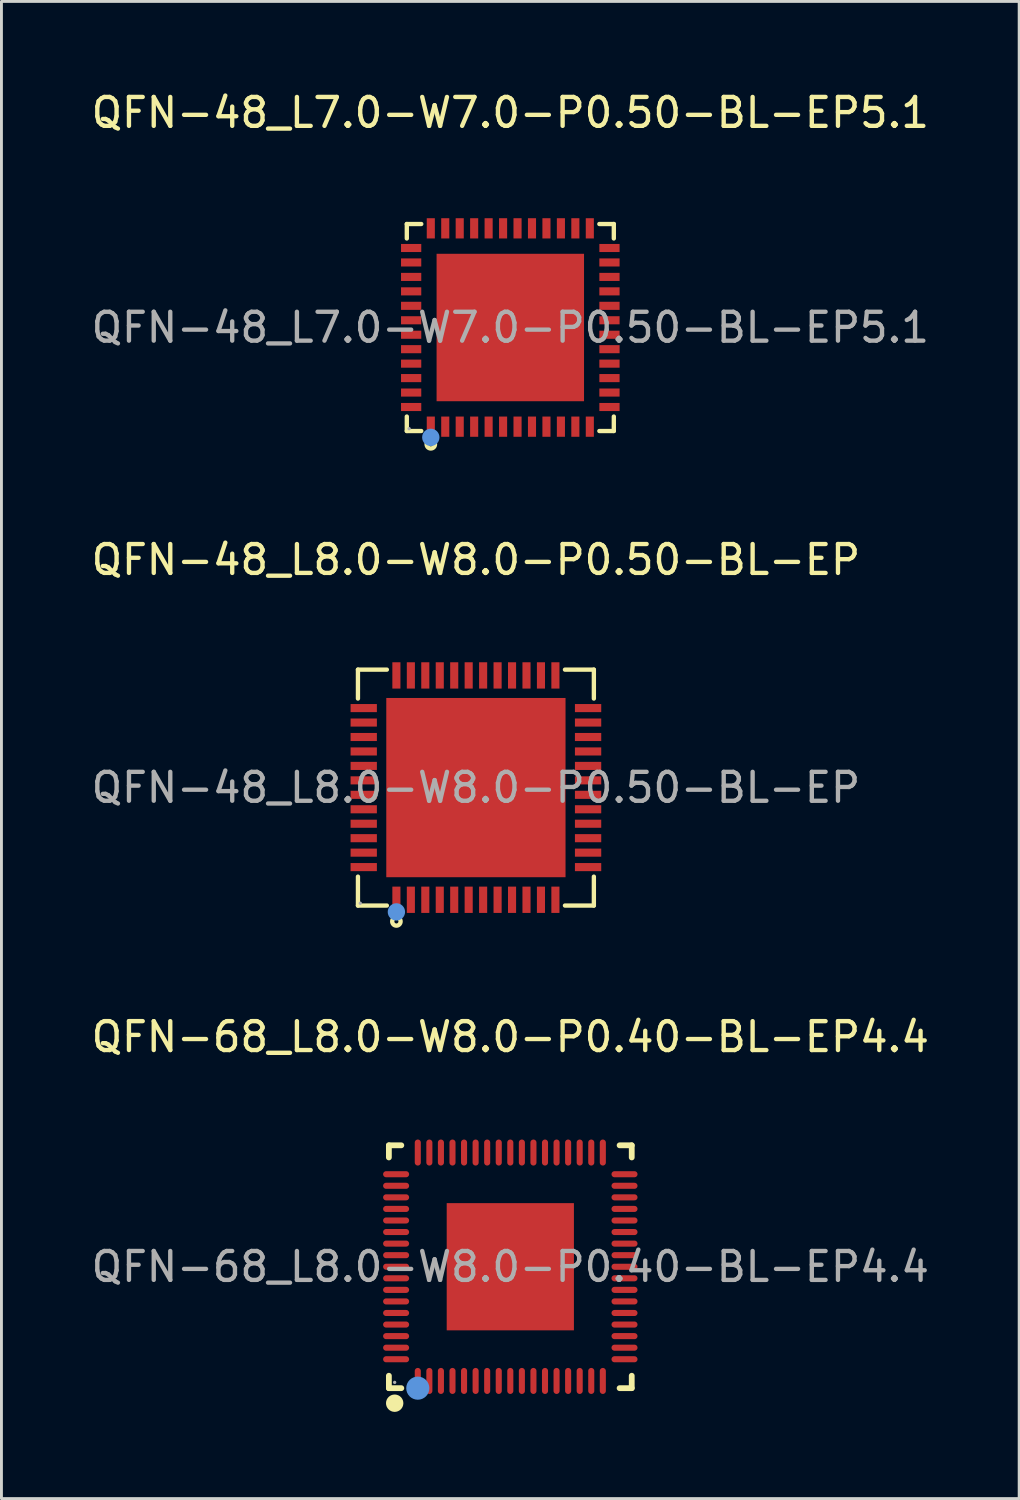
<source format=kicad_pcb>
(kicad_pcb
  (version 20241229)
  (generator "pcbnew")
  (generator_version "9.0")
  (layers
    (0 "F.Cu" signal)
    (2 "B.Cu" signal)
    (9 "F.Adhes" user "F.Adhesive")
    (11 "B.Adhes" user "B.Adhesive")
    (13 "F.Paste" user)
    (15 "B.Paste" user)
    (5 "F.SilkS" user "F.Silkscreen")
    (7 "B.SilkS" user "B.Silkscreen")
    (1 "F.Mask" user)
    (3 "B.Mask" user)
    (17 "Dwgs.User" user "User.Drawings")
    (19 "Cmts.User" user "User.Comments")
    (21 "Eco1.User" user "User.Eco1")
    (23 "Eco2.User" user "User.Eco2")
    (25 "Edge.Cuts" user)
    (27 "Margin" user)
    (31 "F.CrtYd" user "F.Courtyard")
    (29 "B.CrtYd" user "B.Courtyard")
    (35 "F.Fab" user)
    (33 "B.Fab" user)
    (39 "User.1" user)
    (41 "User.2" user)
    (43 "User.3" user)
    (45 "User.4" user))
  (footprint "QFN-48_L7.0-W7.0-P0.50-BL-EP5.1"
    (layer "F.Cu")
    (at 14.601 8.278)
    (property "Reference" "QFN-48_L7.0-W7.0-P0.50-BL-EP5.1" (at 0 -7.43 0) (layer "F.SilkS") (effects (font (size 1 1) (thickness 0.15))))
    (attr through_hole)
    (fp_line (start -3.58 -3.58) (end -3.08 -3.58) (stroke (width 0.15) (type solid)) (layer "F.SilkS"))
    (fp_line (start -3.58 -3.08) (end -3.58 -3.58) (stroke (width 0.15) (type solid)) (layer "F.SilkS"))
    (fp_line (start -3.58 3.08) (end -3.58 3.58) (stroke (width 0.15) (type solid)) (layer "F.SilkS"))
    (fp_line (start -3.58 3.58) (end -3.08 3.58) (stroke (width 0.15) (type solid)) (layer "F.SilkS"))
    (fp_line (start 3.58 -3.58) (end 3.08 -3.58) (stroke (width 0.15) (type solid)) (layer "F.SilkS"))
    (fp_line (start 3.58 -3.08) (end 3.58 -3.58) (stroke (width 0.15) (type solid)) (layer "F.SilkS"))
    (fp_line (start 3.58 3.08) (end 3.58 3.58) (stroke (width 0.15) (type solid)) (layer "F.SilkS"))
    (fp_line (start 3.58 3.58) (end 3.08 3.58) (stroke (width 0.15) (type solid)) (layer "F.SilkS"))
    (fp_circle (center -2.75 4.04) (end -2.68 4.04) (stroke (width 0.15) (type solid)) (fill no) (layer "F.SilkS"))
    (fp_circle (center -2.75 3.8) (end -2.6 3.8) (stroke (width 0.3) (type solid)) (fill no) (layer "Cmts.User"))
    (fp_circle (center -3.5 3.5) (end -3.47 3.5) (stroke (width 0.06) (type solid)) (fill no) (layer "F.Fab"))
    (fp_text user "${REFERENCE}" (at 0 0 0) (layer "F.Fab") (effects (font (size 1 1) (thickness 0.15))))
    (pad "1" smd rect (at -2.75 3.43) (size 0.28 0.7) (layers "F.Cu" "F.Mask" "F.Paste"))
    (pad "2" smd rect (at -2.25 3.43) (size 0.28 0.7) (layers "F.Cu" "F.Mask" "F.Paste"))
    (pad "3" smd rect (at -1.75 3.43) (size 0.28 0.7) (layers "F.Cu" "F.Mask" "F.Paste"))
    (pad "4" smd rect (at -1.25 3.43) (size 0.28 0.7) (layers "F.Cu" "F.Mask" "F.Paste"))
    (pad "5" smd rect (at -0.75 3.43) (size 0.28 0.7) (layers "F.Cu" "F.Mask" "F.Paste"))
    (pad "6" smd rect (at -0.25 3.43) (size 0.28 0.7) (layers "F.Cu" "F.Mask" "F.Paste"))
    (pad "7" smd rect (at 0.25 3.43) (size 0.28 0.7) (layers "F.Cu" "F.Mask" "F.Paste"))
    (pad "8" smd rect (at 0.75 3.43) (size 0.28 0.7) (layers "F.Cu" "F.Mask" "F.Paste"))
    (pad "9" smd rect (at 1.25 3.43) (size 0.28 0.7) (layers "F.Cu" "F.Mask" "F.Paste"))
    (pad "10" smd rect (at 1.75 3.43) (size 0.28 0.7) (layers "F.Cu" "F.Mask" "F.Paste"))
    (pad "11" smd rect (at 2.25 3.43) (size 0.28 0.7) (layers "F.Cu" "F.Mask" "F.Paste"))
    (pad "12" smd rect (at 2.75 3.43) (size 0.28 0.7) (layers "F.Cu" "F.Mask" "F.Paste"))
    (pad "13" smd rect (at 3.43 2.75) (size 0.7 0.28) (layers "F.Cu" "F.Mask" "F.Paste"))
    (pad "14" smd rect (at 3.43 2.25) (size 0.7 0.28) (layers "F.Cu" "F.Mask" "F.Paste"))
    (pad "15" smd rect (at 3.43 1.75) (size 0.7 0.28) (layers "F.Cu" "F.Mask" "F.Paste"))
    (pad "16" smd rect (at 3.43 1.25) (size 0.7 0.28) (layers "F.Cu" "F.Mask" "F.Paste"))
    (pad "17" smd rect (at 3.43 0.75) (size 0.7 0.28) (layers "F.Cu" "F.Mask" "F.Paste"))
    (pad "18" smd rect (at 3.43 0.25) (size 0.7 0.28) (layers "F.Cu" "F.Mask" "F.Paste"))
    (pad "19" smd rect (at 3.43 -0.25) (size 0.7 0.28) (layers "F.Cu" "F.Mask" "F.Paste"))
    (pad "20" smd rect (at 3.43 -0.75) (size 0.7 0.28) (layers "F.Cu" "F.Mask" "F.Paste"))
    (pad "21" smd rect (at 3.43 -1.25) (size 0.7 0.28) (layers "F.Cu" "F.Mask" "F.Paste"))
    (pad "22" smd rect (at 3.43 -1.75) (size 0.7 0.28) (layers "F.Cu" "F.Mask" "F.Paste"))
    (pad "23" smd rect (at 3.43 -2.25) (size 0.7 0.28) (layers "F.Cu" "F.Mask" "F.Paste"))
    (pad "24" smd rect (at 3.43 -2.75) (size 0.7 0.28) (layers "F.Cu" "F.Mask" "F.Paste"))
    (pad "25" smd rect (at 2.75 -3.43) (size 0.28 0.7) (layers "F.Cu" "F.Mask" "F.Paste"))
    (pad "26" smd rect (at 2.25 -3.43) (size 0.28 0.7) (layers "F.Cu" "F.Mask" "F.Paste"))
    (pad "27" smd rect (at 1.75 -3.43) (size 0.28 0.7) (layers "F.Cu" "F.Mask" "F.Paste"))
    (pad "28" smd rect (at 1.25 -3.43) (size 0.28 0.7) (layers "F.Cu" "F.Mask" "F.Paste"))
    (pad "29" smd rect (at 0.75 -3.43) (size 0.28 0.7) (layers "F.Cu" "F.Mask" "F.Paste"))
    (pad "30" smd rect (at 0.25 -3.43) (size 0.28 0.7) (layers "F.Cu" "F.Mask" "F.Paste"))
    (pad "31" smd rect (at -0.25 -3.43) (size 0.28 0.7) (layers "F.Cu" "F.Mask" "F.Paste"))
    (pad "32" smd rect (at -0.75 -3.43) (size 0.28 0.7) (layers "F.Cu" "F.Mask" "F.Paste"))
    (pad "33" smd rect (at -1.25 -3.43) (size 0.28 0.7) (layers "F.Cu" "F.Mask" "F.Paste"))
    (pad "34" smd rect (at -1.75 -3.43) (size 0.28 0.7) (layers "F.Cu" "F.Mask" "F.Paste"))
    (pad "35" smd rect (at -2.25 -3.43) (size 0.28 0.7) (layers "F.Cu" "F.Mask" "F.Paste"))
    (pad "36" smd rect (at -2.75 -3.43) (size 0.28 0.7) (layers "F.Cu" "F.Mask" "F.Paste"))
    (pad "37" smd rect (at -3.43 -2.75) (size 0.7 0.28) (layers "F.Cu" "F.Mask" "F.Paste"))
    (pad "38" smd rect (at -3.43 -2.25) (size 0.7 0.28) (layers "F.Cu" "F.Mask" "F.Paste"))
    (pad "39" smd rect (at -3.43 -1.75) (size 0.7 0.28) (layers "F.Cu" "F.Mask" "F.Paste"))
    (pad "40" smd rect (at -3.43 -1.25) (size 0.7 0.28) (layers "F.Cu" "F.Mask" "F.Paste"))
    (pad "41" smd rect (at -3.43 -0.75) (size 0.7 0.28) (layers "F.Cu" "F.Mask" "F.Paste"))
    (pad "42" smd rect (at -3.43 -0.25) (size 0.7 0.28) (layers "F.Cu" "F.Mask" "F.Paste"))
    (pad "43" smd rect (at -3.43 0.25) (size 0.7 0.28) (layers "F.Cu" "F.Mask" "F.Paste"))
    (pad "44" smd rect (at -3.43 0.75) (size 0.7 0.28) (layers "F.Cu" "F.Mask" "F.Paste"))
    (pad "45" smd rect (at -3.43 1.25) (size 0.7 0.28) (layers "F.Cu" "F.Mask" "F.Paste"))
    (pad "46" smd rect (at -3.43 1.75) (size 0.7 0.28) (layers "F.Cu" "F.Mask" "F.Paste"))
    (pad "47" smd rect (at -3.43 2.25) (size 0.7 0.28) (layers "F.Cu" "F.Mask" "F.Paste"))
    (pad "48" smd rect (at -3.43 2.75) (size 0.7 0.28) (layers "F.Cu" "F.Mask" "F.Paste"))
    (pad "49" smd rect (at 0 0) (size 5.1 5.1) (layers "F.Cu" "F.Mask" "F.Paste")))
  (footprint "QFN-68_L8.0-W8.0-P0.40-BL-EP4.4"
    (layer "F.Cu")
    (at 14.601 40.765)
    (property "Reference" "QFN-68_L8.0-W8.0-P0.40-BL-EP4.4" (at 0 -7.95 0) (layer "F.SilkS") (effects (font (size 1 1) (thickness 0.15))))
    (attr through_hole)
    (fp_line (start -4.2 -4.2) (end -4.2 -3.78) (stroke (width 0.2) (type solid)) (layer "F.SilkS"))
    (fp_line (start -4.2 4.2) (end -4.2 3.77) (stroke (width 0.2) (type solid)) (layer "F.SilkS"))
    (fp_line (start -3.77 -4.2) (end -4.2 -4.2) (stroke (width 0.2) (type solid)) (layer "F.SilkS"))
    (fp_line (start -3.77 4.2) (end -4.2 4.2) (stroke (width 0.2) (type solid)) (layer "F.SilkS"))
    (fp_line (start 3.78 4.2) (end 4.2 4.2) (stroke (width 0.2) (type solid)) (layer "F.SilkS"))
    (fp_line (start 4.2 -4.2) (end 3.78 -4.2) (stroke (width 0.2) (type solid)) (layer "F.SilkS"))
    (fp_line (start 4.2 -3.78) (end 4.2 -4.2) (stroke (width 0.2) (type solid)) (layer "F.SilkS"))
    (fp_line (start 4.2 4.2) (end 4.2 3.77) (stroke (width 0.2) (type solid)) (layer "F.SilkS"))
    (fp_arc (start -3.99 4.57) (mid -4.004995 4.87025) (end -4.000016 4.569667) (stroke (width 0.3) (type solid)) (layer "F.SilkS"))
    (fp_circle (center -3.2 4.2) (end -3 4.2) (stroke (width 0.4) (type solid)) (fill no) (layer "Cmts.User"))
    (fp_circle (center -4 4) (end -3.97 4) (stroke (width 0.06) (type solid)) (fill no) (layer "F.Fab"))
    (fp_text user "${REFERENCE}" (at 0 0 0) (layer "F.Fab") (effects (font (size 1 1) (thickness 0.15))))
    (pad "1" smd oval (at -3.2 3.95) (size 0.21 0.9) (layers "F.Cu" "F.Mask" "F.Paste"))
    (pad "2" smd oval (at -2.8 3.95) (size 0.21 0.9) (layers "F.Cu" "F.Mask" "F.Paste"))
    (pad "3" smd oval (at -2.4 3.95) (size 0.21 0.9) (layers "F.Cu" "F.Mask" "F.Paste"))
    (pad "4" smd oval (at -2 3.95) (size 0.21 0.9) (layers "F.Cu" "F.Mask" "F.Paste"))
    (pad "5" smd oval (at -1.6 3.95) (size 0.21 0.9) (layers "F.Cu" "F.Mask" "F.Paste"))
    (pad "6" smd oval (at -1.2 3.95) (size 0.21 0.9) (layers "F.Cu" "F.Mask" "F.Paste"))
    (pad "7" smd oval (at -0.8 3.95) (size 0.21 0.9) (layers "F.Cu" "F.Mask" "F.Paste"))
    (pad "8" smd oval (at -0.4 3.95) (size 0.21 0.9) (layers "F.Cu" "F.Mask" "F.Paste"))
    (pad "9" smd oval (at 0 3.95) (size 0.21 0.9) (layers "F.Cu" "F.Mask" "F.Paste"))
    (pad "10" smd oval (at 0.4 3.95) (size 0.21 0.9) (layers "F.Cu" "F.Mask" "F.Paste"))
    (pad "11" smd oval (at 0.8 3.95) (size 0.21 0.9) (layers "F.Cu" "F.Mask" "F.Paste"))
    (pad "12" smd oval (at 1.2 3.95) (size 0.21 0.9) (layers "F.Cu" "F.Mask" "F.Paste"))
    (pad "13" smd oval (at 1.6 3.95) (size 0.21 0.9) (layers "F.Cu" "F.Mask" "F.Paste"))
    (pad "14" smd oval (at 2 3.95) (size 0.21 0.9) (layers "F.Cu" "F.Mask" "F.Paste"))
    (pad "15" smd oval (at 2.4 3.95) (size 0.21 0.9) (layers "F.Cu" "F.Mask" "F.Paste"))
    (pad "16" smd oval (at 2.8 3.95) (size 0.21 0.9) (layers "F.Cu" "F.Mask" "F.Paste"))
    (pad "17" smd oval (at 3.2 3.95) (size 0.21 0.9) (layers "F.Cu" "F.Mask" "F.Paste"))
    (pad "18" smd oval (at 3.95 3.2 90) (size 0.21 0.9) (layers "F.Cu" "F.Mask" "F.Paste"))
    (pad "19" smd oval (at 3.95 2.8 90) (size 0.21 0.9) (layers "F.Cu" "F.Mask" "F.Paste"))
    (pad "20" smd oval (at 3.95 2.4 90) (size 0.21 0.9) (layers "F.Cu" "F.Mask" "F.Paste"))
    (pad "21" smd oval (at 3.95 2 90) (size 0.21 0.9) (layers "F.Cu" "F.Mask" "F.Paste"))
    (pad "22" smd oval (at 3.95 1.6 90) (size 0.21 0.9) (layers "F.Cu" "F.Mask" "F.Paste"))
    (pad "23" smd oval (at 3.95 1.2 90) (size 0.21 0.9) (layers "F.Cu" "F.Mask" "F.Paste"))
    (pad "24" smd oval (at 3.95 0.8 90) (size 0.21 0.9) (layers "F.Cu" "F.Mask" "F.Paste"))
    (pad "25" smd oval (at 3.95 0.4 90) (size 0.21 0.9) (layers "F.Cu" "F.Mask" "F.Paste"))
    (pad "26" smd oval (at 3.95 0 90) (size 0.21 0.9) (layers "F.Cu" "F.Mask" "F.Paste"))
    (pad "27" smd oval (at 3.95 -0.4 90) (size 0.21 0.9) (layers "F.Cu" "F.Mask" "F.Paste"))
    (pad "28" smd oval (at 3.95 -0.8 90) (size 0.21 0.9) (layers "F.Cu" "F.Mask" "F.Paste"))
    (pad "29" smd oval (at 3.95 -1.2 90) (size 0.21 0.9) (layers "F.Cu" "F.Mask" "F.Paste"))
    (pad "30" smd oval (at 3.95 -1.6 90) (size 0.21 0.9) (layers "F.Cu" "F.Mask" "F.Paste"))
    (pad "31" smd oval (at 3.95 -2 90) (size 0.21 0.9) (layers "F.Cu" "F.Mask" "F.Paste"))
    (pad "32" smd oval (at 3.95 -2.4 90) (size 0.21 0.9) (layers "F.Cu" "F.Mask" "F.Paste"))
    (pad "33" smd oval (at 3.95 -2.8 90) (size 0.21 0.9) (layers "F.Cu" "F.Mask" "F.Paste"))
    (pad "34" smd oval (at 3.95 -3.2 90) (size 0.21 0.9) (layers "F.Cu" "F.Mask" "F.Paste"))
    (pad "35" smd oval (at 3.2 -3.95 180) (size 0.21 0.9) (layers "F.Cu" "F.Mask" "F.Paste"))
    (pad "36" smd oval (at 2.8 -3.95 180) (size 0.21 0.9) (layers "F.Cu" "F.Mask" "F.Paste"))
    (pad "37" smd oval (at 2.4 -3.95 180) (size 0.21 0.9) (layers "F.Cu" "F.Mask" "F.Paste"))
    (pad "38" smd oval (at 2 -3.95 180) (size 0.21 0.9) (layers "F.Cu" "F.Mask" "F.Paste"))
    (pad "39" smd oval (at 1.6 -3.95 180) (size 0.21 0.9) (layers "F.Cu" "F.Mask" "F.Paste"))
    (pad "40" smd oval (at 1.2 -3.95 180) (size 0.21 0.9) (layers "F.Cu" "F.Mask" "F.Paste"))
    (pad "41" smd oval (at 0.8 -3.95 180) (size 0.21 0.9) (layers "F.Cu" "F.Mask" "F.Paste"))
    (pad "42" smd oval (at 0.4 -3.95 180) (size 0.21 0.9) (layers "F.Cu" "F.Mask" "F.Paste"))
    (pad "43" smd oval (at 0 -3.95 180) (size 0.21 0.9) (layers "F.Cu" "F.Mask" "F.Paste"))
    (pad "44" smd oval (at -0.4 -3.95 180) (size 0.21 0.9) (layers "F.Cu" "F.Mask" "F.Paste"))
    (pad "45" smd oval (at -0.8 -3.95 180) (size 0.21 0.9) (layers "F.Cu" "F.Mask" "F.Paste"))
    (pad "46" smd oval (at -1.2 -3.95 180) (size 0.21 0.9) (layers "F.Cu" "F.Mask" "F.Paste"))
    (pad "47" smd oval (at -1.6 -3.95 180) (size 0.21 0.9) (layers "F.Cu" "F.Mask" "F.Paste"))
    (pad "48" smd oval (at -2 -3.95 180) (size 0.21 0.9) (layers "F.Cu" "F.Mask" "F.Paste"))
    (pad "49" smd oval (at -2.4 -3.95 180) (size 0.21 0.9) (layers "F.Cu" "F.Mask" "F.Paste"))
    (pad "50" smd oval (at -2.8 -3.95 180) (size 0.21 0.9) (layers "F.Cu" "F.Mask" "F.Paste"))
    (pad "51" smd oval (at -3.2 -3.95 180) (size 0.21 0.9) (layers "F.Cu" "F.Mask" "F.Paste"))
    (pad "52" smd oval (at -3.95 -3.2 270) (size 0.21 0.9) (layers "F.Cu" "F.Mask" "F.Paste"))
    (pad "53" smd oval (at -3.95 -2.8 270) (size 0.21 0.9) (layers "F.Cu" "F.Mask" "F.Paste"))
    (pad "54" smd oval (at -3.95 -2.4 270) (size 0.21 0.9) (layers "F.Cu" "F.Mask" "F.Paste"))
    (pad "55" smd oval (at -3.95 -2 270) (size 0.21 0.9) (layers "F.Cu" "F.Mask" "F.Paste"))
    (pad "56" smd oval (at -3.95 -1.6 270) (size 0.21 0.9) (layers "F.Cu" "F.Mask" "F.Paste"))
    (pad "57" smd oval (at -3.95 -1.2 270) (size 0.21 0.9) (layers "F.Cu" "F.Mask" "F.Paste"))
    (pad "58" smd oval (at -3.95 -0.8 270) (size 0.21 0.9) (layers "F.Cu" "F.Mask" "F.Paste"))
    (pad "59" smd oval (at -3.95 -0.4 270) (size 0.21 0.9) (layers "F.Cu" "F.Mask" "F.Paste"))
    (pad "60" smd oval (at -3.95 0 270) (size 0.21 0.9) (layers "F.Cu" "F.Mask" "F.Paste"))
    (pad "61" smd oval (at -3.95 0.4 270) (size 0.21 0.9) (layers "F.Cu" "F.Mask" "F.Paste"))
    (pad "62" smd oval (at -3.95 0.8 270) (size 0.21 0.9) (layers "F.Cu" "F.Mask" "F.Paste"))
    (pad "63" smd oval (at -3.95 1.2 270) (size 0.21 0.9) (layers "F.Cu" "F.Mask" "F.Paste"))
    (pad "64" smd oval (at -3.95 1.6 270) (size 0.21 0.9) (layers "F.Cu" "F.Mask" "F.Paste"))
    (pad "65" smd oval (at -3.95 2 270) (size 0.21 0.9) (layers "F.Cu" "F.Mask" "F.Paste"))
    (pad "66" smd oval (at -3.95 2.4 270) (size 0.21 0.9) (layers "F.Cu" "F.Mask" "F.Paste"))
    (pad "67" smd oval (at -3.95 2.8 270) (size 0.21 0.9) (layers "F.Cu" "F.Mask" "F.Paste"))
    (pad "68" smd oval (at -3.95 3.2 270) (size 0.21 0.9) (layers "F.Cu" "F.Mask" "F.Paste"))
    (pad "69" smd rect (at 0 0 90) (size 4.4 4.4) (layers "F.Cu" "F.Mask" "F.Paste")))
  (footprint "QFN-48_L8.0-W8.0-P0.50-BL-EP"
    (layer "F.Cu")
    (at 13.411 24.192)
    (property "Reference" "QFN-48_L8.0-W8.0-P0.50-BL-EP" (at 0 -7.88 0) (layer "F.SilkS") (effects (font (size 1 1) (thickness 0.15))))
    (attr through_hole)
    (fp_line (start -4.08 -4.08) (end -3.08 -4.08) (stroke (width 0.15) (type solid)) (layer "F.SilkS"))
    (fp_line (start -4.08 -3.08) (end -4.08 -4.08) (stroke (width 0.15) (type solid)) (layer "F.SilkS"))
    (fp_line (start -4.08 3.08) (end -4.08 4.08) (stroke (width 0.15) (type solid)) (layer "F.SilkS"))
    (fp_line (start -4.08 4.08) (end -3.08 4.08) (stroke (width 0.15) (type solid)) (layer "F.SilkS"))
    (fp_line (start 4.08 -4.08) (end 3.08 -4.08) (stroke (width 0.15) (type solid)) (layer "F.SilkS"))
    (fp_line (start 4.08 -3.08) (end 4.08 -4.08) (stroke (width 0.15) (type solid)) (layer "F.SilkS"))
    (fp_line (start 4.08 3.08) (end 4.08 4.08) (stroke (width 0.15) (type solid)) (layer "F.SilkS"))
    (fp_line (start 4.08 4.08) (end 3.08 4.08) (stroke (width 0.15) (type solid)) (layer "F.SilkS"))
    (fp_circle (center -2.75 4.63) (end -2.68 4.63) (stroke (width 0.15) (type solid)) (fill no) (layer "F.SilkS"))
    (fp_circle (center -2.75 4.3) (end -2.6 4.3) (stroke (width 0.3) (type solid)) (fill no) (layer "Cmts.User"))
    (fp_circle (center -4 4) (end -3.97 4) (stroke (width 0.06) (type solid)) (fill no) (layer "F.Fab"))
    (fp_text user "${REFERENCE}" (at 0 0 0) (layer "F.Fab") (effects (font (size 1 1) (thickness 0.15))))
    (pad "1" smd rect (at -2.75 3.88) (size 0.28 0.91) (layers "F.Cu" "F.Mask" "F.Paste"))
    (pad "2" smd rect (at -2.25 3.88) (size 0.28 0.91) (layers "F.Cu" "F.Mask" "F.Paste"))
    (pad "3" smd rect (at -1.75 3.88) (size 0.28 0.91) (layers "F.Cu" "F.Mask" "F.Paste"))
    (pad "4" smd rect (at -1.25 3.88) (size 0.28 0.91) (layers "F.Cu" "F.Mask" "F.Paste"))
    (pad "5" smd rect (at -0.75 3.88) (size 0.28 0.91) (layers "F.Cu" "F.Mask" "F.Paste"))
    (pad "6" smd rect (at -0.25 3.88) (size 0.28 0.91) (layers "F.Cu" "F.Mask" "F.Paste"))
    (pad "7" smd rect (at 0.25 3.88) (size 0.28 0.91) (layers "F.Cu" "F.Mask" "F.Paste"))
    (pad "8" smd rect (at 0.75 3.88) (size 0.28 0.91) (layers "F.Cu" "F.Mask" "F.Paste"))
    (pad "9" smd rect (at 1.25 3.88) (size 0.28 0.91) (layers "F.Cu" "F.Mask" "F.Paste"))
    (pad "10" smd rect (at 1.75 3.88) (size 0.28 0.91) (layers "F.Cu" "F.Mask" "F.Paste"))
    (pad "11" smd rect (at 2.25 3.88) (size 0.28 0.91) (layers "F.Cu" "F.Mask" "F.Paste"))
    (pad "12" smd rect (at 2.75 3.88) (size 0.28 0.91) (layers "F.Cu" "F.Mask" "F.Paste"))
    (pad "13" smd rect (at 3.88 2.75) (size 0.91 0.28) (layers "F.Cu" "F.Mask" "F.Paste"))
    (pad "14" smd rect (at 3.88 2.25) (size 0.91 0.28) (layers "F.Cu" "F.Mask" "F.Paste"))
    (pad "15" smd rect (at 3.88 1.75) (size 0.91 0.28) (layers "F.Cu" "F.Mask" "F.Paste"))
    (pad "16" smd rect (at 3.88 1.25) (size 0.91 0.28) (layers "F.Cu" "F.Mask" "F.Paste"))
    (pad "17" smd rect (at 3.88 0.75) (size 0.91 0.28) (layers "F.Cu" "F.Mask" "F.Paste"))
    (pad "18" smd rect (at 3.88 0.25) (size 0.91 0.28) (layers "F.Cu" "F.Mask" "F.Paste"))
    (pad "19" smd rect (at 3.88 -0.25) (size 0.91 0.28) (layers "F.Cu" "F.Mask" "F.Paste"))
    (pad "20" smd rect (at 3.88 -0.75) (size 0.91 0.28) (layers "F.Cu" "F.Mask" "F.Paste"))
    (pad "21" smd rect (at 3.88 -1.25) (size 0.91 0.28) (layers "F.Cu" "F.Mask" "F.Paste"))
    (pad "22" smd rect (at 3.88 -1.75) (size 0.91 0.28) (layers "F.Cu" "F.Mask" "F.Paste"))
    (pad "23" smd rect (at 3.88 -2.25) (size 0.91 0.28) (layers "F.Cu" "F.Mask" "F.Paste"))
    (pad "24" smd rect (at 3.88 -2.75) (size 0.91 0.28) (layers "F.Cu" "F.Mask" "F.Paste"))
    (pad "25" smd rect (at 2.75 -3.88) (size 0.28 0.91) (layers "F.Cu" "F.Mask" "F.Paste"))
    (pad "26" smd rect (at 2.25 -3.88) (size 0.28 0.91) (layers "F.Cu" "F.Mask" "F.Paste"))
    (pad "27" smd rect (at 1.75 -3.88) (size 0.28 0.91) (layers "F.Cu" "F.Mask" "F.Paste"))
    (pad "28" smd rect (at 1.25 -3.88) (size 0.28 0.91) (layers "F.Cu" "F.Mask" "F.Paste"))
    (pad "29" smd rect (at 0.75 -3.88) (size 0.28 0.91) (layers "F.Cu" "F.Mask" "F.Paste"))
    (pad "30" smd rect (at 0.25 -3.88) (size 0.28 0.91) (layers "F.Cu" "F.Mask" "F.Paste"))
    (pad "31" smd rect (at -0.25 -3.88) (size 0.28 0.91) (layers "F.Cu" "F.Mask" "F.Paste"))
    (pad "32" smd rect (at -0.75 -3.88) (size 0.28 0.91) (layers "F.Cu" "F.Mask" "F.Paste"))
    (pad "33" smd rect (at -1.25 -3.88) (size 0.28 0.91) (layers "F.Cu" "F.Mask" "F.Paste"))
    (pad "34" smd rect (at -1.75 -3.88) (size 0.28 0.91) (layers "F.Cu" "F.Mask" "F.Paste"))
    (pad "35" smd rect (at -2.25 -3.88) (size 0.28 0.91) (layers "F.Cu" "F.Mask" "F.Paste"))
    (pad "36" smd rect (at -2.75 -3.88) (size 0.28 0.91) (layers "F.Cu" "F.Mask" "F.Paste"))
    (pad "37" smd rect (at -3.88 -2.75) (size 0.91 0.28) (layers "F.Cu" "F.Mask" "F.Paste"))
    (pad "38" smd rect (at -3.88 -2.25) (size 0.91 0.28) (layers "F.Cu" "F.Mask" "F.Paste"))
    (pad "39" smd rect (at -3.88 -1.75) (size 0.91 0.28) (layers "F.Cu" "F.Mask" "F.Paste"))
    (pad "40" smd rect (at -3.88 -1.25) (size 0.91 0.28) (layers "F.Cu" "F.Mask" "F.Paste"))
    (pad "41" smd rect (at -3.88 -0.75) (size 0.91 0.28) (layers "F.Cu" "F.Mask" "F.Paste"))
    (pad "42" smd rect (at -3.88 -0.25) (size 0.91 0.28) (layers "F.Cu" "F.Mask" "F.Paste"))
    (pad "43" smd rect (at -3.88 0.25) (size 0.91 0.28) (layers "F.Cu" "F.Mask" "F.Paste"))
    (pad "44" smd rect (at -3.88 0.75) (size 0.91 0.28) (layers "F.Cu" "F.Mask" "F.Paste"))
    (pad "45" smd rect (at -3.88 1.25) (size 0.91 0.28) (layers "F.Cu" "F.Mask" "F.Paste"))
    (pad "46" smd rect (at -3.88 1.75) (size 0.91 0.28) (layers "F.Cu" "F.Mask" "F.Paste"))
    (pad "47" smd rect (at -3.88 2.25) (size 0.91 0.28) (layers "F.Cu" "F.Mask" "F.Paste"))
    (pad "48" smd rect (at -3.88 2.75) (size 0.91 0.28) (layers "F.Cu" "F.Mask" "F.Paste"))
    (pad "49" smd rect (at 0 0) (size 6.2 6.2) (layers "F.Cu" "F.Mask" "F.Paste")))
  (gr_rect
    (start -3 -3)
    (end 32.202 48.785)
    (stroke (width 0.1) (type default))
    (fill no)
    (layer "Edge.Cuts")))
</source>
